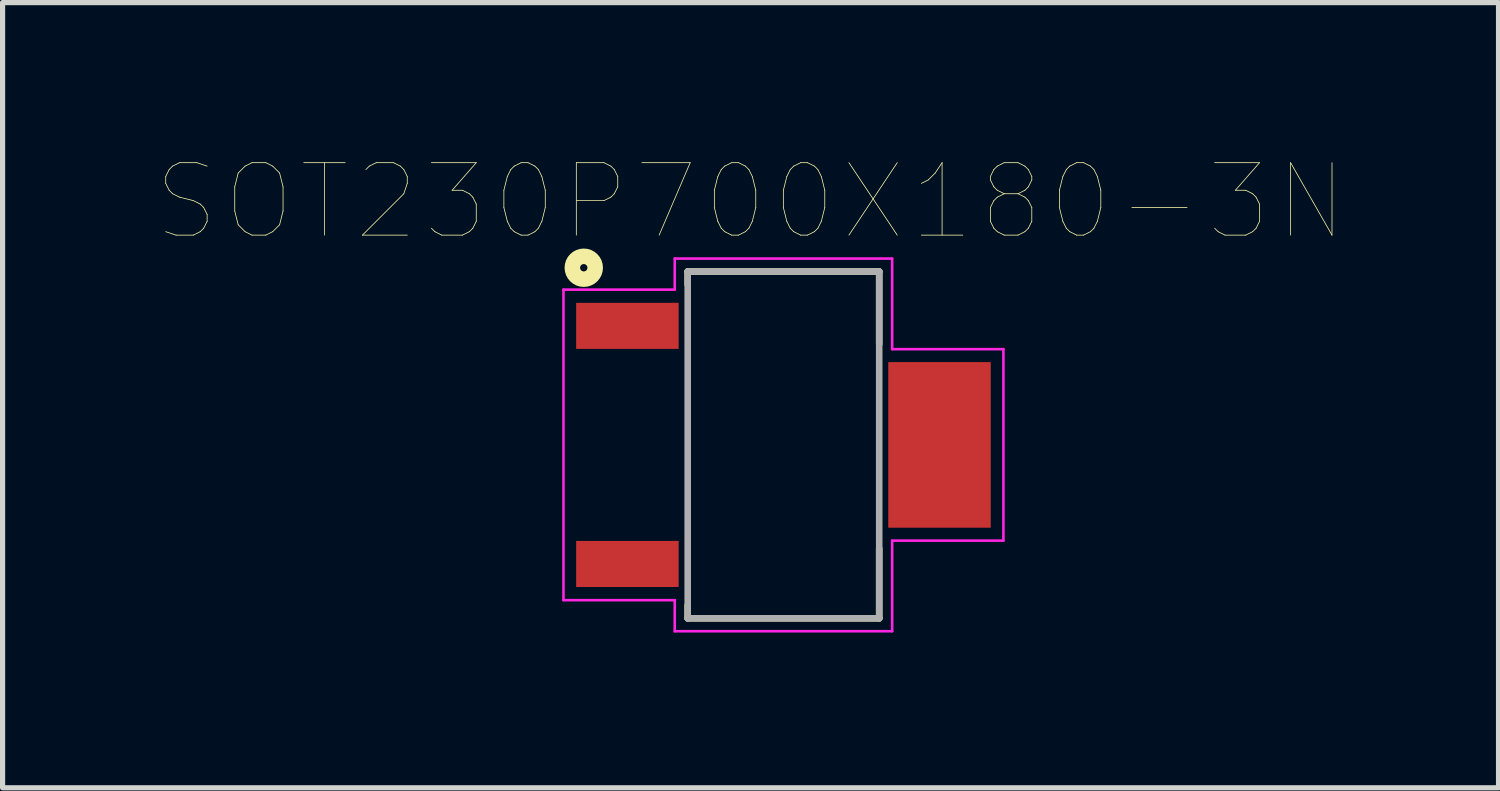
<source format=kicad_pcb>
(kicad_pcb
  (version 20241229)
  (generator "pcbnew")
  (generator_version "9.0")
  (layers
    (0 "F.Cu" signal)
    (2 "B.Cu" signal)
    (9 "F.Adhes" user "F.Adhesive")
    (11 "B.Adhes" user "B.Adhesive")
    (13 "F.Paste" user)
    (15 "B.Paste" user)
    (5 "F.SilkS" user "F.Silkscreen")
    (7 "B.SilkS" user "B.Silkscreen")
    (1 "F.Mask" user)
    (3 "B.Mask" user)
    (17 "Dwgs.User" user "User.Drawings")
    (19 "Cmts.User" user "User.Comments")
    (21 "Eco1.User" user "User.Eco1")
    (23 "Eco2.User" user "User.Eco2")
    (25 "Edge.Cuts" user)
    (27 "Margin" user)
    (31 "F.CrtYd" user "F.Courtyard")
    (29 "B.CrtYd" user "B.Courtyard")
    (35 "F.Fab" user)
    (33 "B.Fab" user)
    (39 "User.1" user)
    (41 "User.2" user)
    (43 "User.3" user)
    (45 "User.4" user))
  (footprint "SOT230P700X180-3N"
    (layer "F.Cu")
    (at 12.087 5.546)
    (property "Reference" "SOT230P700X180-3N" (at -0.635 -4.7 0) (layer "F.SilkS") (effects (font (size 1.4 1.4) (thickness 0.015))))
    (attr through_hole)
    (fp_line (start -1.85 -3.35) (end -1.85 -3.1) (stroke (width 0.127) (type solid)) (layer "F.SilkS"))
    (fp_line (start -1.85 3.35) (end -1.85 3.1) (stroke (width 0.127) (type solid)) (layer "F.SilkS"))
    (fp_line (start 1.85 -3.35) (end -1.85 -3.35) (stroke (width 0.127) (type solid)) (layer "F.SilkS"))
    (fp_line (start 1.85 -1.95) (end 1.85 -3.35) (stroke (width 0.127) (type solid)) (layer "F.SilkS"))
    (fp_line (start 1.85 2) (end 1.85 3.35) (stroke (width 0.127) (type solid)) (layer "F.SilkS"))
    (fp_line (start 1.85 3.35) (end -1.85 3.35) (stroke (width 0.127) (type solid)) (layer "F.SilkS"))
    (fp_circle (center -3.858 -3.423) (end -3.787 -3.423) (stroke (width 0.3) (type solid)) (fill no) (layer "F.SilkS"))
    (fp_line (start -4.25 -3) (end -2.1 -3) (stroke (width 0.05) (type solid)) (layer "F.CrtYd"))
    (fp_line (start -4.25 3) (end -4.25 -3) (stroke (width 0.05) (type solid)) (layer "F.CrtYd"))
    (fp_line (start -2.1 -3.6) (end 2.1 -3.6) (stroke (width 0.05) (type solid)) (layer "F.CrtYd"))
    (fp_line (start -2.1 -3) (end -2.1 -3.6) (stroke (width 0.05) (type solid)) (layer "F.CrtYd"))
    (fp_line (start -2.1 3) (end -4.25 3) (stroke (width 0.05) (type solid)) (layer "F.CrtYd"))
    (fp_line (start -2.1 3.6) (end -2.1 3) (stroke (width 0.05) (type solid)) (layer "F.CrtYd"))
    (fp_line (start 2.1 -3.6) (end 2.1 -1.85) (stroke (width 0.05) (type solid)) (layer "F.CrtYd"))
    (fp_line (start 2.1 -1.85) (end 4.25 -1.85) (stroke (width 0.05) (type solid)) (layer "F.CrtYd"))
    (fp_line (start 2.1 1.85) (end 2.1 3.6) (stroke (width 0.05) (type solid)) (layer "F.CrtYd"))
    (fp_line (start 2.1 3.6) (end -2.1 3.6) (stroke (width 0.05) (type solid)) (layer "F.CrtYd"))
    (fp_line (start 4.25 -1.85) (end 4.25 1.85) (stroke (width 0.05) (type solid)) (layer "F.CrtYd"))
    (fp_line (start 4.25 1.85) (end 2.1 1.85) (stroke (width 0.05) (type solid)) (layer "F.CrtYd"))
    (fp_line (start -1.85 -3.35) (end 1.85 -3.35) (stroke (width 0.127) (type solid)) (layer "F.Fab"))
    (fp_line (start -1.85 3.35) (end -1.85 -3.35) (stroke (width 0.127) (type solid)) (layer "F.Fab"))
    (fp_line (start 1.85 -3.35) (end 1.85 3.35) (stroke (width 0.127) (type solid)) (layer "F.Fab"))
    (fp_line (start 1.85 3.35) (end -1.85 3.35) (stroke (width 0.127) (type solid)) (layer "F.Fab"))
    (pad "1" smd rect (at -3.015 -2.3) (size 1.98 0.89) (layers "F.Cu" "F.Mask" "F.Paste"))
    (pad "2" smd rect (at 3.015 0) (size 1.98 3.2) (layers "F.Cu" "F.Mask" "F.Paste"))
    (pad "3" smd rect (at -3.015 2.3) (size 1.98 0.89) (layers "F.Cu" "F.Mask" "F.Paste")))
  (gr_rect
    (start -3 -3)
    (end 25.903 12.171)
    (stroke (width 0.1) (type default))
    (fill no)
    (layer "Edge.Cuts")))
</source>
